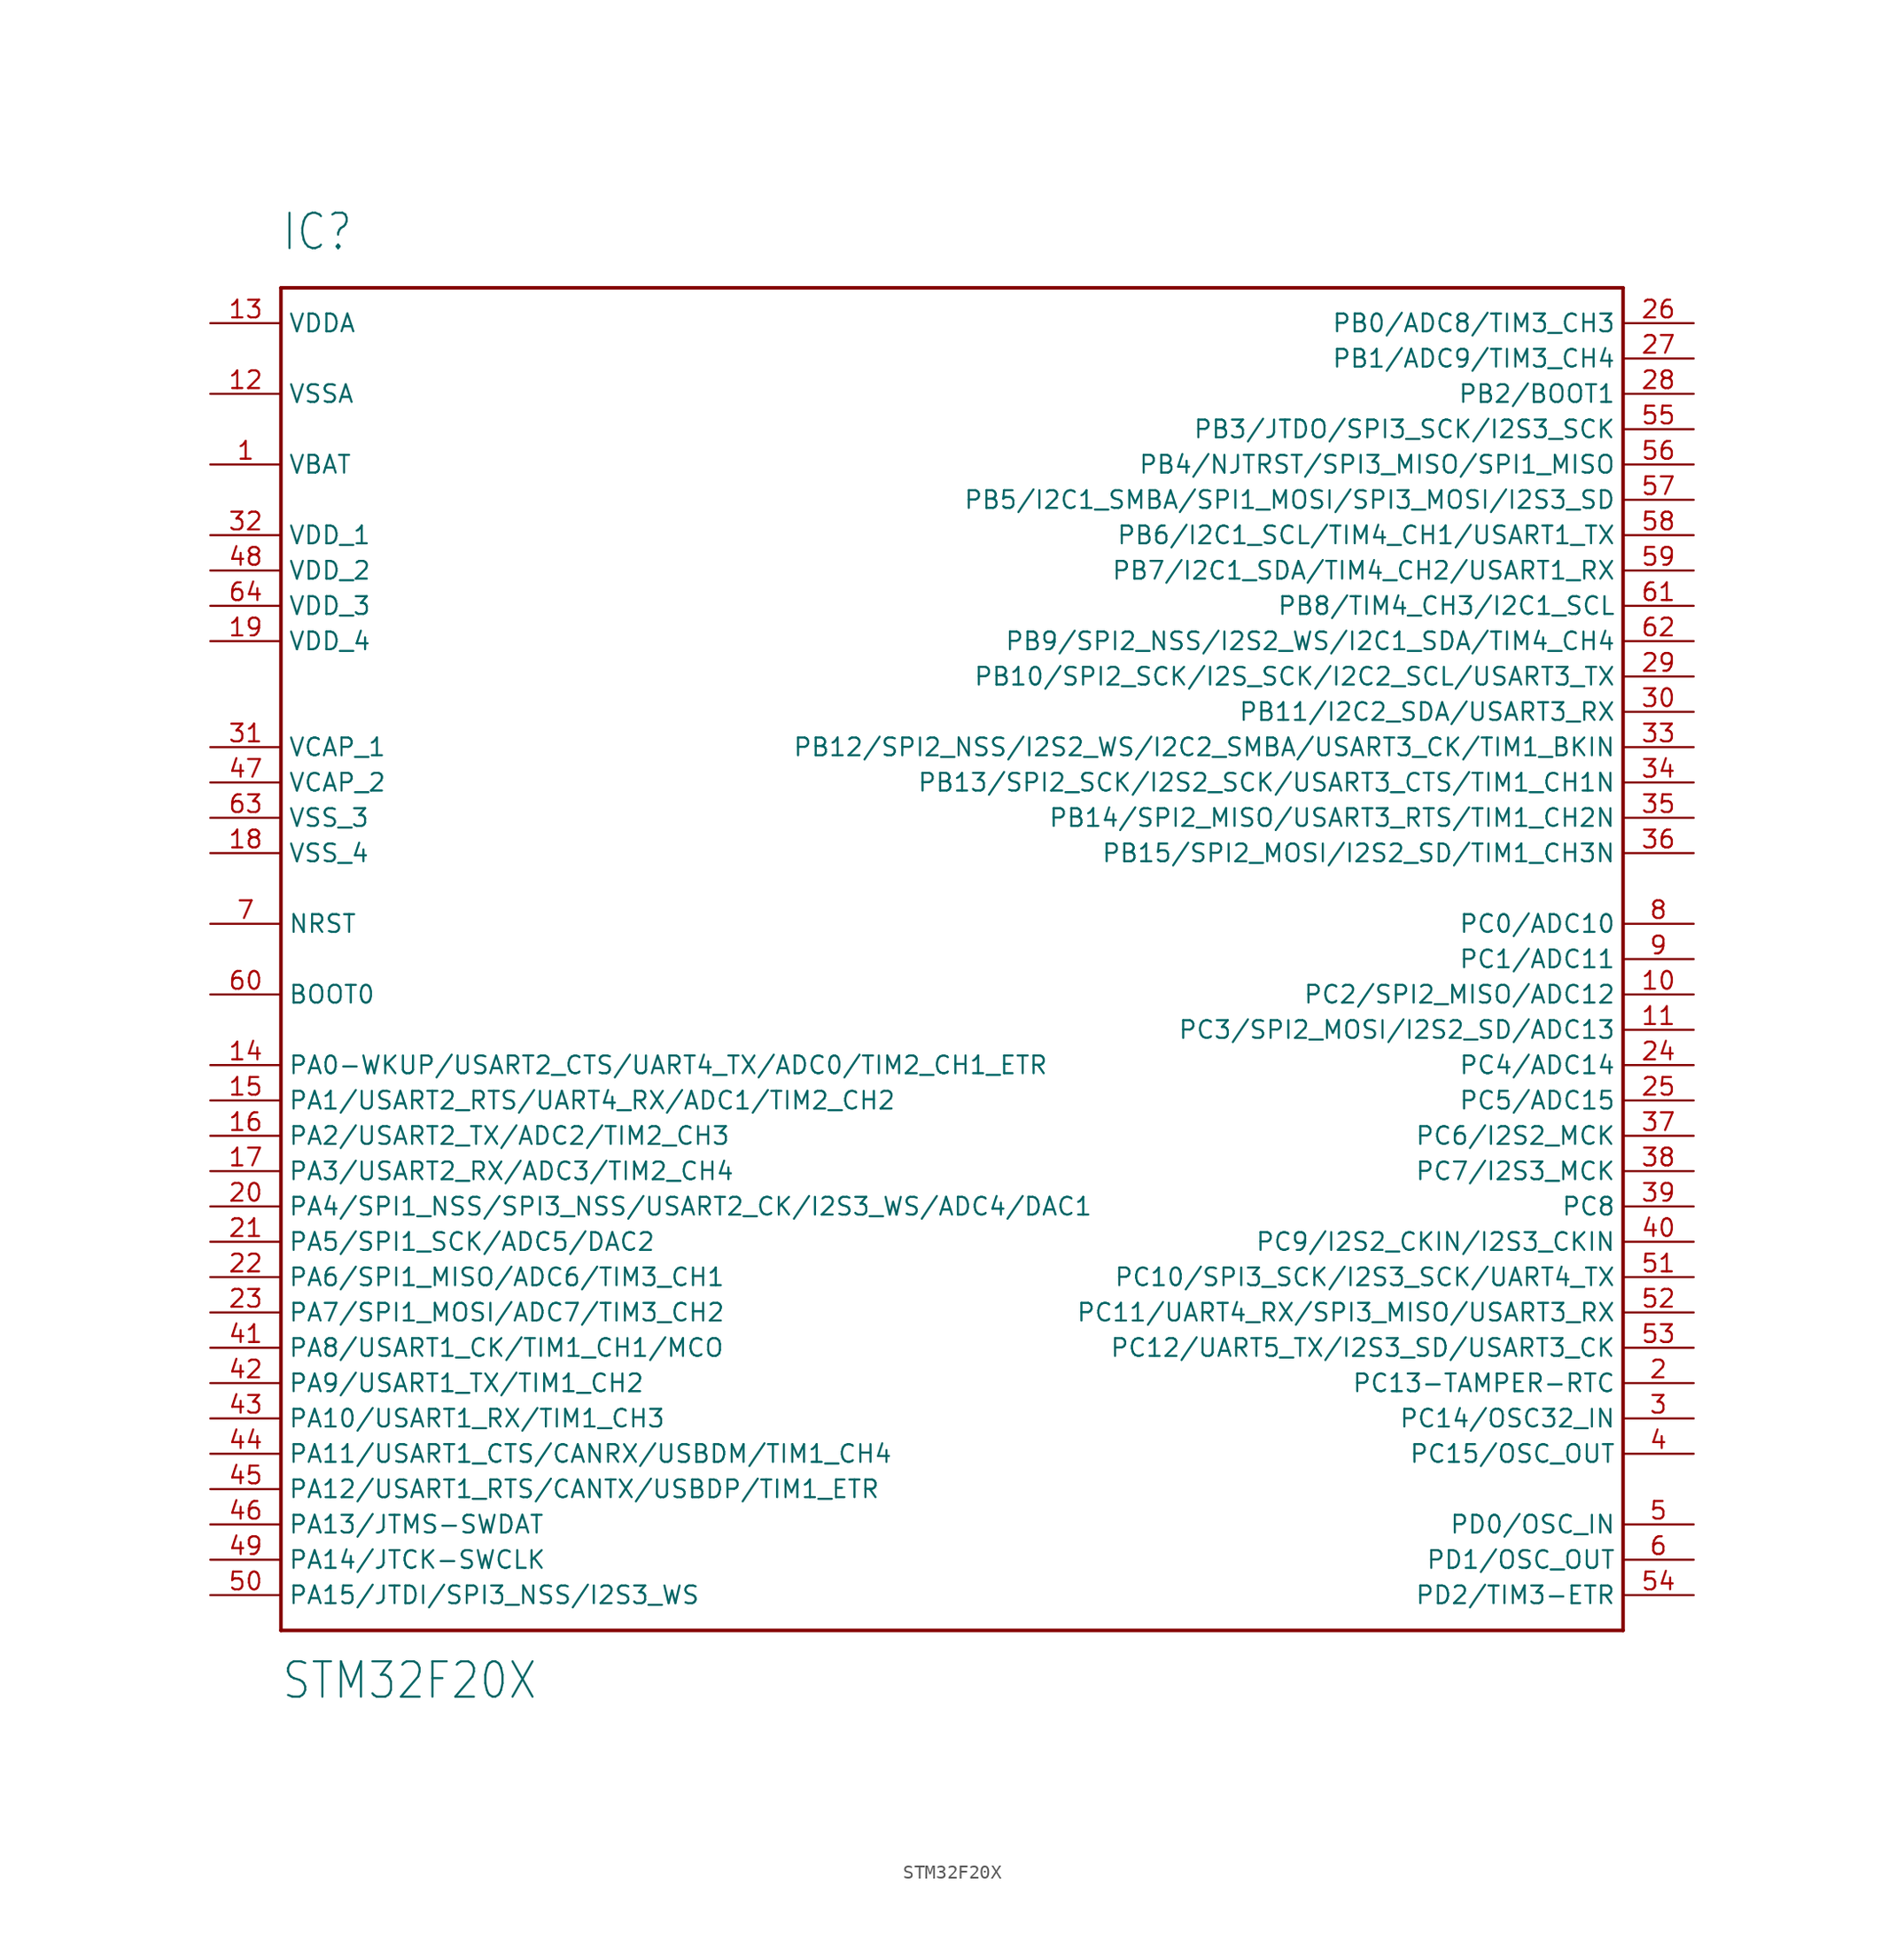
<source format=kicad_sym>
(kicad_symbol_lib
  (version 20211014)
  (generator kicad_symbol_editor)
  (symbol "STM32F20X"
    (property "Reference" "IC"
      (at -48.26 50.8 0)
      (effects (font (size 2.54 2.159)) (justify left bottom)))
    (property "Value" "STM32F20X"
      (at -48.26 -53.34 0)
      (effects (font (size 2.54 2.159)) (justify left bottom)))
    (property "ki_locked" ""
      (at 0 0 0)
      (effects (font (size 1.27 1.27))))
    (symbol "STM32F20X_1_0"
      (polyline (pts (xy -48.26 -48.26) (xy -48.26 48.26)) (stroke (width 0.254) (type default) (color 0 0 0 0)) (fill (type none)))
      (polyline (pts (xy -48.26 48.26) (xy 48.26 48.26)) (stroke (width 0.254) (type default) (color 0 0 0 0)) (fill (type none)))
      (polyline (pts (xy 48.26 -48.26) (xy -48.26 -48.26)) (stroke (width 0.254) (type default) (color 0 0 0 0)) (fill (type none)))
      (polyline (pts (xy 48.26 48.26) (xy 48.26 -48.26)) (stroke (width 0.254) (type default) (color 0 0 0 0)) (fill (type none)))
      (pin power_in line (at -53.34 35.56 0) (length 5.08) (name "VBAT" (effects (font (size 1.27 1.27)))) (number "1" (effects (font (size 1.27 1.27)))))
      (pin bidirectional line (at 53.34 -2.54 180) (length 5.08) (name "PC2/SPI2_MISO/ADC12" (effects (font (size 1.27 1.27)))) (number "10" (effects (font (size 1.27 1.27)))))
      (pin bidirectional line (at 53.34 -5.08 180) (length 5.08) (name "PC3/SPI2_MOSI/I2S2_SD/ADC13" (effects (font (size 1.27 1.27)))) (number "11" (effects (font (size 1.27 1.27)))))
      (pin power_in line (at -53.34 40.64 0) (length 5.08) (name "VSSA" (effects (font (size 1.27 1.27)))) (number "12" (effects (font (size 1.27 1.27)))))
      (pin power_in line (at -53.34 45.72 0) (length 5.08) (name "VDDA" (effects (font (size 1.27 1.27)))) (number "13" (effects (font (size 1.27 1.27)))))
      (pin bidirectional line (at -53.34 -7.62 0) (length 5.08) (name "PA0-WKUP/USART2_CTS/UART4_TX/ADC0/TIM2_CH1_ETR" (effects (font (size 1.27 1.27)))) (number "14" (effects (font (size 1.27 1.27)))))
      (pin bidirectional line (at -53.34 -10.16 0) (length 5.08) (name "PA1/USART2_RTS/UART4_RX/ADC1/TIM2_CH2" (effects (font (size 1.27 1.27)))) (number "15" (effects (font (size 1.27 1.27)))))
      (pin bidirectional line (at -53.34 -12.7 0) (length 5.08) (name "PA2/USART2_TX/ADC2/TIM2_CH3" (effects (font (size 1.27 1.27)))) (number "16" (effects (font (size 1.27 1.27)))))
      (pin bidirectional line (at -53.34 -15.24 0) (length 5.08) (name "PA3/USART2_RX/ADC3/TIM2_CH4" (effects (font (size 1.27 1.27)))) (number "17" (effects (font (size 1.27 1.27)))))
      (pin power_in line (at -53.34 7.62 0) (length 5.08) (name "VSS_4" (effects (font (size 1.27 1.27)))) (number "18" (effects (font (size 1.27 1.27)))))
      (pin power_in line (at -53.34 22.86 0) (length 5.08) (name "VDD_4" (effects (font (size 1.27 1.27)))) (number "19" (effects (font (size 1.27 1.27)))))
      (pin bidirectional line (at 53.34 -30.48 180) (length 5.08) (name "PC13-TAMPER-RTC" (effects (font (size 1.27 1.27)))) (number "2" (effects (font (size 1.27 1.27)))))
      (pin bidirectional line (at -53.34 -17.78 0) (length 5.08) (name "PA4/SPI1_NSS/SPI3_NSS/USART2_CK/I2S3_WS/ADC4/DAC1" (effects (font (size 1.27 1.27)))) (number "20" (effects (font (size 1.27 1.27)))))
      (pin bidirectional line (at -53.34 -20.32 0) (length 5.08) (name "PA5/SPI1_SCK/ADC5/DAC2" (effects (font (size 1.27 1.27)))) (number "21" (effects (font (size 1.27 1.27)))))
      (pin bidirectional line (at -53.34 -22.86 0) (length 5.08) (name "PA6/SPI1_MISO/ADC6/TIM3_CH1" (effects (font (size 1.27 1.27)))) (number "22" (effects (font (size 1.27 1.27)))))
      (pin bidirectional line (at -53.34 -25.4 0) (length 5.08) (name "PA7/SPI1_MOSI/ADC7/TIM3_CH2" (effects (font (size 1.27 1.27)))) (number "23" (effects (font (size 1.27 1.27)))))
      (pin bidirectional line (at 53.34 -7.62 180) (length 5.08) (name "PC4/ADC14" (effects (font (size 1.27 1.27)))) (number "24" (effects (font (size 1.27 1.27)))))
      (pin bidirectional line (at 53.34 -10.16 180) (length 5.08) (name "PC5/ADC15" (effects (font (size 1.27 1.27)))) (number "25" (effects (font (size 1.27 1.27)))))
      (pin bidirectional line (at 53.34 45.72 180) (length 5.08) (name "PB0/ADC8/TIM3_CH3" (effects (font (size 1.27 1.27)))) (number "26" (effects (font (size 1.27 1.27)))))
      (pin bidirectional line (at 53.34 43.18 180) (length 5.08) (name "PB1/ADC9/TIM3_CH4" (effects (font (size 1.27 1.27)))) (number "27" (effects (font (size 1.27 1.27)))))
      (pin bidirectional line (at 53.34 40.64 180) (length 5.08) (name "PB2/BOOT1" (effects (font (size 1.27 1.27)))) (number "28" (effects (font (size 1.27 1.27)))))
      (pin bidirectional line (at 53.34 20.32 180) (length 5.08) (name "PB10/SPI2_SCK/I2S_SCK/I2C2_SCL/USART3_TX" (effects (font (size 1.27 1.27)))) (number "29" (effects (font (size 1.27 1.27)))))
      (pin bidirectional line (at 53.34 -33.02 180) (length 5.08) (name "PC14/OSC32_IN" (effects (font (size 1.27 1.27)))) (number "3" (effects (font (size 1.27 1.27)))))
      (pin bidirectional line (at 53.34 17.78 180) (length 5.08) (name "PB11/I2C2_SDA/USART3_RX" (effects (font (size 1.27 1.27)))) (number "30" (effects (font (size 1.27 1.27)))))
      (pin power_in line (at -53.34 15.24 0) (length 5.08) (name "VCAP_1" (effects (font (size 1.27 1.27)))) (number "31" (effects (font (size 1.27 1.27)))))
      (pin power_in line (at -53.34 30.48 0) (length 5.08) (name "VDD_1" (effects (font (size 1.27 1.27)))) (number "32" (effects (font (size 1.27 1.27)))))
      (pin bidirectional line (at 53.34 15.24 180) (length 5.08) (name "PB12/SPI2_NSS/I2S2_WS/I2C2_SMBA/USART3_CK/TIM1_BKIN" (effects (font (size 1.27 1.27)))) (number "33" (effects (font (size 1.27 1.27)))))
      (pin bidirectional line (at 53.34 12.7 180) (length 5.08) (name "PB13/SPI2_SCK/I2S2_SCK/USART3_CTS/TIM1_CH1N" (effects (font (size 1.27 1.27)))) (number "34" (effects (font (size 1.27 1.27)))))
      (pin bidirectional line (at 53.34 10.16 180) (length 5.08) (name "PB14/SPI2_MISO/USART3_RTS/TIM1_CH2N" (effects (font (size 1.27 1.27)))) (number "35" (effects (font (size 1.27 1.27)))))
      (pin bidirectional line (at 53.34 7.62 180) (length 5.08) (name "PB15/SPI2_MOSI/I2S2_SD/TIM1_CH3N" (effects (font (size 1.27 1.27)))) (number "36" (effects (font (size 1.27 1.27)))))
      (pin bidirectional line (at 53.34 -12.7 180) (length 5.08) (name "PC6/I2S2_MCK" (effects (font (size 1.27 1.27)))) (number "37" (effects (font (size 1.27 1.27)))))
      (pin bidirectional line (at 53.34 -15.24 180) (length 5.08) (name "PC7/I2S3_MCK" (effects (font (size 1.27 1.27)))) (number "38" (effects (font (size 1.27 1.27)))))
      (pin bidirectional line (at 53.34 -17.78 180) (length 5.08) (name "PC8" (effects (font (size 1.27 1.27)))) (number "39" (effects (font (size 1.27 1.27)))))
      (pin bidirectional line (at 53.34 -35.56 180) (length 5.08) (name "PC15/OSC_OUT" (effects (font (size 1.27 1.27)))) (number "4" (effects (font (size 1.27 1.27)))))
      (pin bidirectional line (at 53.34 -20.32 180) (length 5.08) (name "PC9/I2S2_CKIN/I2S3_CKIN" (effects (font (size 1.27 1.27)))) (number "40" (effects (font (size 1.27 1.27)))))
      (pin bidirectional line (at -53.34 -27.94 0) (length 5.08) (name "PA8/USART1_CK/TIM1_CH1/MCO" (effects (font (size 1.27 1.27)))) (number "41" (effects (font (size 1.27 1.27)))))
      (pin bidirectional line (at -53.34 -30.48 0) (length 5.08) (name "PA9/USART1_TX/TIM1_CH2" (effects (font (size 1.27 1.27)))) (number "42" (effects (font (size 1.27 1.27)))))
      (pin bidirectional line (at -53.34 -33.02 0) (length 5.08) (name "PA10/USART1_RX/TIM1_CH3" (effects (font (size 1.27 1.27)))) (number "43" (effects (font (size 1.27 1.27)))))
      (pin bidirectional line (at -53.34 -35.56 0) (length 5.08) (name "PA11/USART1_CTS/CANRX/USBDM/TIM1_CH4" (effects (font (size 1.27 1.27)))) (number "44" (effects (font (size 1.27 1.27)))))
      (pin bidirectional line (at -53.34 -38.1 0) (length 5.08) (name "PA12/USART1_RTS/CANTX/USBDP/TIM1_ETR" (effects (font (size 1.27 1.27)))) (number "45" (effects (font (size 1.27 1.27)))))
      (pin bidirectional line (at -53.34 -40.64 0) (length 5.08) (name "PA13/JTMS-SWDAT" (effects (font (size 1.27 1.27)))) (number "46" (effects (font (size 1.27 1.27)))))
      (pin power_in line (at -53.34 12.7 0) (length 5.08) (name "VCAP_2" (effects (font (size 1.27 1.27)))) (number "47" (effects (font (size 1.27 1.27)))))
      (pin power_in line (at -53.34 27.94 0) (length 5.08) (name "VDD_2" (effects (font (size 1.27 1.27)))) (number "48" (effects (font (size 1.27 1.27)))))
      (pin bidirectional line (at -53.34 -43.18 0) (length 5.08) (name "PA14/JTCK-SWCLK" (effects (font (size 1.27 1.27)))) (number "49" (effects (font (size 1.27 1.27)))))
      (pin bidirectional line (at 53.34 -40.64 180) (length 5.08) (name "PD0/OSC_IN" (effects (font (size 1.27 1.27)))) (number "5" (effects (font (size 1.27 1.27)))))
      (pin bidirectional line (at -53.34 -45.72 0) (length 5.08) (name "PA15/JTDI/SPI3_NSS/I2S3_WS" (effects (font (size 1.27 1.27)))) (number "50" (effects (font (size 1.27 1.27)))))
      (pin bidirectional line (at 53.34 -22.86 180) (length 5.08) (name "PC10/SPI3_SCK/I2S3_SCK/UART4_TX" (effects (font (size 1.27 1.27)))) (number "51" (effects (font (size 1.27 1.27)))))
      (pin bidirectional line (at 53.34 -25.4 180) (length 5.08) (name "PC11/UART4_RX/SPI3_MISO/USART3_RX" (effects (font (size 1.27 1.27)))) (number "52" (effects (font (size 1.27 1.27)))))
      (pin bidirectional line (at 53.34 -27.94 180) (length 5.08) (name "PC12/UART5_TX/I2S3_SD/USART3_CK" (effects (font (size 1.27 1.27)))) (number "53" (effects (font (size 1.27 1.27)))))
      (pin bidirectional line (at 53.34 -45.72 180) (length 5.08) (name "PD2/TIM3-ETR" (effects (font (size 1.27 1.27)))) (number "54" (effects (font (size 1.27 1.27)))))
      (pin bidirectional line (at 53.34 38.1 180) (length 5.08) (name "PB3/JTDO/SPI3_SCK/I2S3_SCK" (effects (font (size 1.27 1.27)))) (number "55" (effects (font (size 1.27 1.27)))))
      (pin bidirectional line (at 53.34 35.56 180) (length 5.08) (name "PB4/NJTRST/SPI3_MISO/SPI1_MISO" (effects (font (size 1.27 1.27)))) (number "56" (effects (font (size 1.27 1.27)))))
      (pin bidirectional line (at 53.34 33.02 180) (length 5.08) (name "PB5/I2C1_SMBA/SPI1_MOSI/SPI3_MOSI/I2S3_SD" (effects (font (size 1.27 1.27)))) (number "57" (effects (font (size 1.27 1.27)))))
      (pin bidirectional line (at 53.34 30.48 180) (length 5.08) (name "PB6/I2C1_SCL/TIM4_CH1/USART1_TX" (effects (font (size 1.27 1.27)))) (number "58" (effects (font (size 1.27 1.27)))))
      (pin bidirectional line (at 53.34 27.94 180) (length 5.08) (name "PB7/I2C1_SDA/TIM4_CH2/USART1_RX" (effects (font (size 1.27 1.27)))) (number "59" (effects (font (size 1.27 1.27)))))
      (pin bidirectional line (at 53.34 -43.18 180) (length 5.08) (name "PD1/OSC_OUT" (effects (font (size 1.27 1.27)))) (number "6" (effects (font (size 1.27 1.27)))))
      (pin bidirectional line (at -53.34 -2.54 0) (length 5.08) (name "BOOT0" (effects (font (size 1.27 1.27)))) (number "60" (effects (font (size 1.27 1.27)))))
      (pin bidirectional line (at 53.34 25.4 180) (length 5.08) (name "PB8/TIM4_CH3/I2C1_SCL" (effects (font (size 1.27 1.27)))) (number "61" (effects (font (size 1.27 1.27)))))
      (pin bidirectional line (at 53.34 22.86 180) (length 5.08) (name "PB9/SPI2_NSS/I2S2_WS/I2C1_SDA/TIM4_CH4" (effects (font (size 1.27 1.27)))) (number "62" (effects (font (size 1.27 1.27)))))
      (pin power_in line (at -53.34 10.16 0) (length 5.08) (name "VSS_3" (effects (font (size 1.27 1.27)))) (number "63" (effects (font (size 1.27 1.27)))))
      (pin power_in line (at -53.34 25.4 0) (length 5.08) (name "VDD_3" (effects (font (size 1.27 1.27)))) (number "64" (effects (font (size 1.27 1.27)))))
      (pin bidirectional line (at -53.34 2.54 0) (length 5.08) (name "NRST" (effects (font (size 1.27 1.27)))) (number "7" (effects (font (size 1.27 1.27)))))
      (pin bidirectional line (at 53.34 2.54 180) (length 5.08) (name "PC0/ADC10" (effects (font (size 1.27 1.27)))) (number "8" (effects (font (size 1.27 1.27)))))
      (pin bidirectional line (at 53.34 0 180) (length 5.08) (name "PC1/ADC11" (effects (font (size 1.27 1.27)))) (number "9" (effects (font (size 1.27 1.27))))))))
</source>
